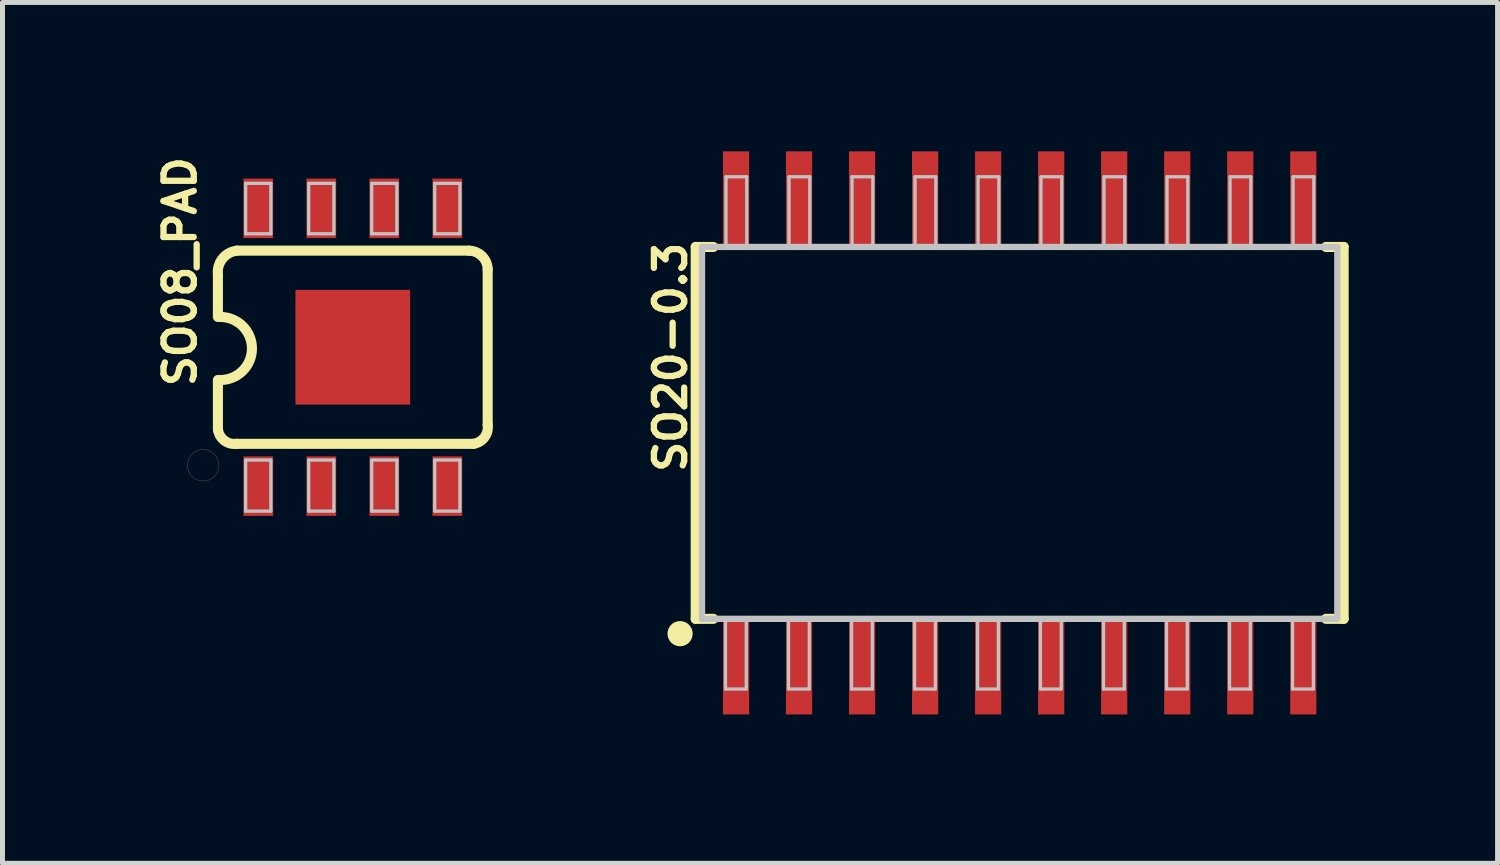
<source format=kicad_pcb>
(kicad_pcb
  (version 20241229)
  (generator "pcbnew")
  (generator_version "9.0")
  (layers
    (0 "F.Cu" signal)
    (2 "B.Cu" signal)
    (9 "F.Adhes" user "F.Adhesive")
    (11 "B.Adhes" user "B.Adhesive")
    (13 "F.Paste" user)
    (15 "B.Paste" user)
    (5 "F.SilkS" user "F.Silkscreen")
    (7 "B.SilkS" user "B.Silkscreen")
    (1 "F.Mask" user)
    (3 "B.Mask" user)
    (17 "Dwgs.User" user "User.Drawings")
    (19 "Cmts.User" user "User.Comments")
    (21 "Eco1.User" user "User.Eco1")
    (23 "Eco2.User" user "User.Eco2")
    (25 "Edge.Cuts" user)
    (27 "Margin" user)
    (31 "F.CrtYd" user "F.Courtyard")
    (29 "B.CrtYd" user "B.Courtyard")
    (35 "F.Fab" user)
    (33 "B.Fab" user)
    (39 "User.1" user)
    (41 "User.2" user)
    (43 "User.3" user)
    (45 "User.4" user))
  (footprint "SO20-0.3"
    (layer "F.Cu")
    (at 17.497 5.673)
    (property "Reference" "SO20-0.3" (at -7.036 -1.524 90) (layer "F.SilkS") (effects (font (size 0.61 0.61) (thickness 0.127))))
    (attr smd)
    (fp_line (start -6.528 -3.747) (end -6.528 3.747) (stroke (width 0.203) (type solid)) (layer "F.SilkS"))
    (fp_line (start -6.528 -3.747) (end -6.172 -3.747) (stroke (width 0.203) (type solid)) (layer "F.SilkS"))
    (fp_line (start -6.528 3.747) (end -6.172 3.747) (stroke (width 0.203) (type solid)) (layer "F.SilkS"))
    (fp_line (start 6.528 -3.747) (end 6.172 -3.747) (stroke (width 0.203) (type solid)) (layer "F.SilkS"))
    (fp_line (start 6.528 3.747) (end 6.172 3.747) (stroke (width 0.203) (type solid)) (layer "F.SilkS"))
    (fp_line (start 6.528 3.747) (end 6.528 -3.747) (stroke (width 0.203) (type solid)) (layer "F.SilkS"))
    (fp_circle (center -6.843 4.046) (end -6.843 3.792) (stroke (width 0) (type solid)) (fill yes) (layer "F.SilkS"))
    (fp_line (start -6.401 -3.747) (end -6.401 3.747) (stroke (width 0.127) (type solid)) (layer "Dwgs.User"))
    (fp_line (start -6.401 3.747) (end 6.401 3.747) (stroke (width 0.127) (type solid)) (layer "Dwgs.User"))
    (fp_line (start -5.928 3.747) (end -5.509 3.747) (stroke (width 0.066) (type solid)) (layer "Dwgs.User"))
    (fp_line (start -5.928 5.161) (end -5.928 3.747) (stroke (width 0.066) (type solid)) (layer "Dwgs.User"))
    (fp_line (start -5.928 5.161) (end -5.509 5.161) (stroke (width 0.066) (type solid)) (layer "Dwgs.User"))
    (fp_line (start -5.918 -5.161) (end -5.499 -5.161) (stroke (width 0.066) (type solid)) (layer "Dwgs.User"))
    (fp_line (start -5.918 -3.747) (end -5.918 -5.161) (stroke (width 0.066) (type solid)) (layer "Dwgs.User"))
    (fp_line (start -5.918 -3.747) (end -5.499 -3.747) (stroke (width 0.066) (type solid)) (layer "Dwgs.User"))
    (fp_line (start -5.509 5.161) (end -5.509 3.747) (stroke (width 0.066) (type solid)) (layer "Dwgs.User"))
    (fp_line (start -5.499 -3.747) (end -5.499 -5.161) (stroke (width 0.066) (type solid)) (layer "Dwgs.User"))
    (fp_line (start -4.658 3.747) (end -4.239 3.747) (stroke (width 0.066) (type solid)) (layer "Dwgs.User"))
    (fp_line (start -4.658 5.161) (end -4.658 3.747) (stroke (width 0.066) (type solid)) (layer "Dwgs.User"))
    (fp_line (start -4.658 5.161) (end -4.239 5.161) (stroke (width 0.066) (type solid)) (layer "Dwgs.User"))
    (fp_line (start -4.648 -5.161) (end -4.229 -5.161) (stroke (width 0.066) (type solid)) (layer "Dwgs.User"))
    (fp_line (start -4.648 -3.747) (end -4.648 -5.161) (stroke (width 0.066) (type solid)) (layer "Dwgs.User"))
    (fp_line (start -4.648 -3.747) (end -4.229 -3.747) (stroke (width 0.066) (type solid)) (layer "Dwgs.User"))
    (fp_line (start -4.239 5.161) (end -4.239 3.747) (stroke (width 0.066) (type solid)) (layer "Dwgs.User"))
    (fp_line (start -4.229 -3.747) (end -4.229 -5.161) (stroke (width 0.066) (type solid)) (layer "Dwgs.User"))
    (fp_line (start -3.388 3.747) (end -2.969 3.747) (stroke (width 0.066) (type solid)) (layer "Dwgs.User"))
    (fp_line (start -3.388 5.161) (end -3.388 3.747) (stroke (width 0.066) (type solid)) (layer "Dwgs.User"))
    (fp_line (start -3.388 5.161) (end -2.969 5.161) (stroke (width 0.066) (type solid)) (layer "Dwgs.User"))
    (fp_line (start -3.378 -5.161) (end -2.959 -5.161) (stroke (width 0.066) (type solid)) (layer "Dwgs.User"))
    (fp_line (start -3.378 -3.747) (end -3.378 -5.161) (stroke (width 0.066) (type solid)) (layer "Dwgs.User"))
    (fp_line (start -3.378 -3.747) (end -2.959 -3.747) (stroke (width 0.066) (type solid)) (layer "Dwgs.User"))
    (fp_line (start -2.969 5.161) (end -2.969 3.747) (stroke (width 0.066) (type solid)) (layer "Dwgs.User"))
    (fp_line (start -2.959 -3.747) (end -2.959 -5.161) (stroke (width 0.066) (type solid)) (layer "Dwgs.User"))
    (fp_line (start -2.118 3.747) (end -1.699 3.747) (stroke (width 0.066) (type solid)) (layer "Dwgs.User"))
    (fp_line (start -2.118 5.161) (end -2.118 3.747) (stroke (width 0.066) (type solid)) (layer "Dwgs.User"))
    (fp_line (start -2.118 5.161) (end -1.699 5.161) (stroke (width 0.066) (type solid)) (layer "Dwgs.User"))
    (fp_line (start -2.108 -5.161) (end -1.689 -5.161) (stroke (width 0.066) (type solid)) (layer "Dwgs.User"))
    (fp_line (start -2.108 -3.747) (end -2.108 -5.161) (stroke (width 0.066) (type solid)) (layer "Dwgs.User"))
    (fp_line (start -2.108 -3.747) (end -1.689 -3.747) (stroke (width 0.066) (type solid)) (layer "Dwgs.User"))
    (fp_line (start -1.699 5.161) (end -1.699 3.747) (stroke (width 0.066) (type solid)) (layer "Dwgs.User"))
    (fp_line (start -1.689 -3.747) (end -1.689 -5.161) (stroke (width 0.066) (type solid)) (layer "Dwgs.User"))
    (fp_line (start -0.848 3.747) (end -0.429 3.747) (stroke (width 0.066) (type solid)) (layer "Dwgs.User"))
    (fp_line (start -0.848 5.161) (end -0.848 3.747) (stroke (width 0.066) (type solid)) (layer "Dwgs.User"))
    (fp_line (start -0.848 5.161) (end -0.429 5.161) (stroke (width 0.066) (type solid)) (layer "Dwgs.User"))
    (fp_line (start -0.838 -5.161) (end -0.419 -5.161) (stroke (width 0.066) (type solid)) (layer "Dwgs.User"))
    (fp_line (start -0.838 -3.747) (end -0.838 -5.161) (stroke (width 0.066) (type solid)) (layer "Dwgs.User"))
    (fp_line (start -0.838 -3.747) (end -0.419 -3.747) (stroke (width 0.066) (type solid)) (layer "Dwgs.User"))
    (fp_line (start -0.429 5.161) (end -0.429 3.747) (stroke (width 0.066) (type solid)) (layer "Dwgs.User"))
    (fp_line (start -0.419 -3.747) (end -0.419 -5.161) (stroke (width 0.066) (type solid)) (layer "Dwgs.User"))
    (fp_line (start 0.419 3.747) (end 0.838 3.747) (stroke (width 0.066) (type solid)) (layer "Dwgs.User"))
    (fp_line (start 0.419 5.161) (end 0.419 3.747) (stroke (width 0.066) (type solid)) (layer "Dwgs.User"))
    (fp_line (start 0.419 5.161) (end 0.838 5.161) (stroke (width 0.066) (type solid)) (layer "Dwgs.User"))
    (fp_line (start 0.429 -5.161) (end 0.848 -5.161) (stroke (width 0.066) (type solid)) (layer "Dwgs.User"))
    (fp_line (start 0.429 -3.747) (end 0.429 -5.161) (stroke (width 0.066) (type solid)) (layer "Dwgs.User"))
    (fp_line (start 0.429 -3.747) (end 0.848 -3.747) (stroke (width 0.066) (type solid)) (layer "Dwgs.User"))
    (fp_line (start 0.838 5.161) (end 0.838 3.747) (stroke (width 0.066) (type solid)) (layer "Dwgs.User"))
    (fp_line (start 0.848 -3.747) (end 0.848 -5.161) (stroke (width 0.066) (type solid)) (layer "Dwgs.User"))
    (fp_line (start 1.689 3.747) (end 2.108 3.747) (stroke (width 0.066) (type solid)) (layer "Dwgs.User"))
    (fp_line (start 1.689 5.161) (end 1.689 3.747) (stroke (width 0.066) (type solid)) (layer "Dwgs.User"))
    (fp_line (start 1.689 5.161) (end 2.108 5.161) (stroke (width 0.066) (type solid)) (layer "Dwgs.User"))
    (fp_line (start 1.699 -5.161) (end 2.118 -5.161) (stroke (width 0.066) (type solid)) (layer "Dwgs.User"))
    (fp_line (start 1.699 -3.747) (end 1.699 -5.161) (stroke (width 0.066) (type solid)) (layer "Dwgs.User"))
    (fp_line (start 1.699 -3.747) (end 2.118 -3.747) (stroke (width 0.066) (type solid)) (layer "Dwgs.User"))
    (fp_line (start 2.108 5.161) (end 2.108 3.747) (stroke (width 0.066) (type solid)) (layer "Dwgs.User"))
    (fp_line (start 2.118 -3.747) (end 2.118 -5.161) (stroke (width 0.066) (type solid)) (layer "Dwgs.User"))
    (fp_line (start 2.959 3.747) (end 3.378 3.747) (stroke (width 0.066) (type solid)) (layer "Dwgs.User"))
    (fp_line (start 2.959 5.161) (end 2.959 3.747) (stroke (width 0.066) (type solid)) (layer "Dwgs.User"))
    (fp_line (start 2.959 5.161) (end 3.378 5.161) (stroke (width 0.066) (type solid)) (layer "Dwgs.User"))
    (fp_line (start 2.969 -5.161) (end 3.388 -5.161) (stroke (width 0.066) (type solid)) (layer "Dwgs.User"))
    (fp_line (start 2.969 -3.747) (end 2.969 -5.161) (stroke (width 0.066) (type solid)) (layer "Dwgs.User"))
    (fp_line (start 2.969 -3.747) (end 3.388 -3.747) (stroke (width 0.066) (type solid)) (layer "Dwgs.User"))
    (fp_line (start 3.378 5.161) (end 3.378 3.747) (stroke (width 0.066) (type solid)) (layer "Dwgs.User"))
    (fp_line (start 3.388 -3.747) (end 3.388 -5.161) (stroke (width 0.066) (type solid)) (layer "Dwgs.User"))
    (fp_line (start 4.229 3.747) (end 4.648 3.747) (stroke (width 0.066) (type solid)) (layer "Dwgs.User"))
    (fp_line (start 4.229 5.161) (end 4.229 3.747) (stroke (width 0.066) (type solid)) (layer "Dwgs.User"))
    (fp_line (start 4.229 5.161) (end 4.648 5.161) (stroke (width 0.066) (type solid)) (layer "Dwgs.User"))
    (fp_line (start 4.239 -5.161) (end 4.658 -5.161) (stroke (width 0.066) (type solid)) (layer "Dwgs.User"))
    (fp_line (start 4.239 -3.747) (end 4.239 -5.161) (stroke (width 0.066) (type solid)) (layer "Dwgs.User"))
    (fp_line (start 4.239 -3.747) (end 4.658 -3.747) (stroke (width 0.066) (type solid)) (layer "Dwgs.User"))
    (fp_line (start 4.648 5.161) (end 4.648 3.747) (stroke (width 0.066) (type solid)) (layer "Dwgs.User"))
    (fp_line (start 4.658 -3.747) (end 4.658 -5.161) (stroke (width 0.066) (type solid)) (layer "Dwgs.User"))
    (fp_line (start 5.499 3.747) (end 5.918 3.747) (stroke (width 0.066) (type solid)) (layer "Dwgs.User"))
    (fp_line (start 5.499 5.161) (end 5.499 3.747) (stroke (width 0.066) (type solid)) (layer "Dwgs.User"))
    (fp_line (start 5.499 5.161) (end 5.918 5.161) (stroke (width 0.066) (type solid)) (layer "Dwgs.User"))
    (fp_line (start 5.509 -5.161) (end 5.928 -5.161) (stroke (width 0.066) (type solid)) (layer "Dwgs.User"))
    (fp_line (start 5.509 -3.747) (end 5.509 -5.161) (stroke (width 0.066) (type solid)) (layer "Dwgs.User"))
    (fp_line (start 5.509 -3.747) (end 5.928 -3.747) (stroke (width 0.066) (type solid)) (layer "Dwgs.User"))
    (fp_line (start 5.918 5.161) (end 5.918 3.747) (stroke (width 0.066) (type solid)) (layer "Dwgs.User"))
    (fp_line (start 5.928 -3.747) (end 5.928 -5.161) (stroke (width 0.066) (type solid)) (layer "Dwgs.User"))
    (fp_line (start 6.401 -3.747) (end -6.401 -3.747) (stroke (width 0.127) (type solid)) (layer "Dwgs.User"))
    (fp_line (start 6.401 3.747) (end 6.401 -3.747) (stroke (width 0.127) (type solid)) (layer "Dwgs.User"))
    (pad "1" smd rect (at -5.715 4.684 180) (size 0.528 1.979) (layers "F.Cu" "F.Mask" "F.Paste"))
    (pad "2" smd rect (at -4.445 4.684 180) (size 0.528 1.979) (layers "F.Cu" "F.Mask" "F.Paste"))
    (pad "3" smd rect (at -3.175 4.684 180) (size 0.528 1.979) (layers "F.Cu" "F.Mask" "F.Paste"))
    (pad "4" smd rect (at -1.905 4.684 180) (size 0.528 1.979) (layers "F.Cu" "F.Mask" "F.Paste"))
    (pad "5" smd rect (at -0.635 4.684 180) (size 0.528 1.979) (layers "F.Cu" "F.Mask" "F.Paste"))
    (pad "6" smd rect (at 0.635 4.684 180) (size 0.528 1.979) (layers "F.Cu" "F.Mask" "F.Paste"))
    (pad "7" smd rect (at 1.905 4.684 180) (size 0.528 1.979) (layers "F.Cu" "F.Mask" "F.Paste"))
    (pad "8" smd rect (at 3.175 4.684 180) (size 0.528 1.979) (layers "F.Cu" "F.Mask" "F.Paste"))
    (pad "9" smd rect (at 4.445 4.684 180) (size 0.528 1.979) (layers "F.Cu" "F.Mask" "F.Paste"))
    (pad "10" smd rect (at 5.715 4.684 180) (size 0.528 1.979) (layers "F.Cu" "F.Mask" "F.Paste"))
    (pad "11" smd rect (at 5.715 -4.684 180) (size 0.528 1.979) (layers "F.Cu" "F.Mask" "F.Paste"))
    (pad "12" smd rect (at 4.445 -4.684 180) (size 0.528 1.979) (layers "F.Cu" "F.Mask" "F.Paste"))
    (pad "13" smd rect (at 3.175 -4.684 180) (size 0.528 1.979) (layers "F.Cu" "F.Mask" "F.Paste"))
    (pad "14" smd rect (at 1.905 -4.684 180) (size 0.528 1.979) (layers "F.Cu" "F.Mask" "F.Paste"))
    (pad "15" smd rect (at 0.635 -4.684 180) (size 0.528 1.979) (layers "F.Cu" "F.Mask" "F.Paste"))
    (pad "16" smd rect (at -0.635 -4.684 180) (size 0.528 1.979) (layers "F.Cu" "F.Mask" "F.Paste"))
    (pad "17" smd rect (at -1.905 -4.684 180) (size 0.528 1.979) (layers "F.Cu" "F.Mask" "F.Paste"))
    (pad "18" smd rect (at -3.175 -4.684 180) (size 0.528 1.979) (layers "F.Cu" "F.Mask" "F.Paste"))
    (pad "19" smd rect (at -4.445 -4.684 180) (size 0.528 1.979) (layers "F.Cu" "F.Mask" "F.Paste"))
    (pad "20" smd rect (at -5.715 -4.684 180) (size 0.528 1.979) (layers "F.Cu" "F.Mask" "F.Paste")))
  (footprint "SO08_PAD"
    (layer "F.Cu")
    (at 4.059 3.947)
    (property "Reference" "SO08_PAD" (at -3.48 -1.524 90) (layer "F.SilkS") (effects (font (size 0.61 0.61) (thickness 0.127))))
    (attr smd)
    (fp_line (start -3.332 2.38) (end -3.325 2.451) (stroke (width 0.003) (type solid)) (layer "F.SilkS"))
    (fp_line (start -3.325 2.309) (end -3.332 2.38) (stroke (width 0.003) (type solid)) (layer "F.SilkS"))
    (fp_line (start -3.325 2.451) (end -3.302 2.517) (stroke (width 0.003) (type solid)) (layer "F.SilkS"))
    (fp_line (start -3.302 2.243) (end -3.325 2.309) (stroke (width 0.003) (type solid)) (layer "F.SilkS"))
    (fp_line (start -3.302 2.517) (end -3.264 2.578) (stroke (width 0.003) (type solid)) (layer "F.SilkS"))
    (fp_line (start -3.264 2.182) (end -3.302 2.243) (stroke (width 0.003) (type solid)) (layer "F.SilkS"))
    (fp_line (start -3.264 2.578) (end -3.213 2.629) (stroke (width 0.003) (type solid)) (layer "F.SilkS"))
    (fp_line (start -3.213 2.131) (end -3.264 2.182) (stroke (width 0.003) (type solid)) (layer "F.SilkS"))
    (fp_line (start -3.213 2.629) (end -3.152 2.667) (stroke (width 0.003) (type solid)) (layer "F.SilkS"))
    (fp_line (start -3.152 2.093) (end -3.213 2.131) (stroke (width 0.003) (type solid)) (layer "F.SilkS"))
    (fp_line (start -3.152 2.667) (end -3.086 2.69) (stroke (width 0.003) (type solid)) (layer "F.SilkS"))
    (fp_line (start -3.086 2.07) (end -3.152 2.093) (stroke (width 0.003) (type solid)) (layer "F.SilkS"))
    (fp_line (start -3.086 2.69) (end -3.015 2.697) (stroke (width 0.003) (type solid)) (layer "F.SilkS"))
    (fp_line (start -3.015 2.062) (end -3.086 2.07) (stroke (width 0.003) (type solid)) (layer "F.SilkS"))
    (fp_line (start -3.015 2.697) (end -2.944 2.69) (stroke (width 0.003) (type solid)) (layer "F.SilkS"))
    (fp_line (start -2.944 2.07) (end -3.015 2.062) (stroke (width 0.003) (type solid)) (layer "F.SilkS"))
    (fp_line (start -2.944 2.69) (end -2.878 2.667) (stroke (width 0.003) (type solid)) (layer "F.SilkS"))
    (fp_line (start -2.878 2.093) (end -2.944 2.07) (stroke (width 0.003) (type solid)) (layer "F.SilkS"))
    (fp_line (start -2.878 2.667) (end -2.817 2.629) (stroke (width 0.003) (type solid)) (layer "F.SilkS"))
    (fp_line (start -2.817 2.131) (end -2.878 2.093) (stroke (width 0.003) (type solid)) (layer "F.SilkS"))
    (fp_line (start -2.817 2.629) (end -2.766 2.578) (stroke (width 0.003) (type solid)) (layer "F.SilkS"))
    (fp_line (start -2.766 2.182) (end -2.817 2.131) (stroke (width 0.003) (type solid)) (layer "F.SilkS"))
    (fp_line (start -2.766 2.578) (end -2.728 2.517) (stroke (width 0.003) (type solid)) (layer "F.SilkS"))
    (fp_line (start -2.728 2.243) (end -2.766 2.182) (stroke (width 0.003) (type solid)) (layer "F.SilkS"))
    (fp_line (start -2.728 2.517) (end -2.705 2.451) (stroke (width 0.003) (type solid)) (layer "F.SilkS"))
    (fp_line (start -2.718 -1.45) (end -2.718 -0.61) (stroke (width 0.203) (type solid)) (layer "F.SilkS"))
    (fp_line (start -2.718 1.664) (end -2.718 0.66) (stroke (width 0.203) (type solid)) (layer "F.SilkS"))
    (fp_line (start -2.705 2.309) (end -2.728 2.243) (stroke (width 0.003) (type solid)) (layer "F.SilkS"))
    (fp_line (start -2.705 2.451) (end -2.697 2.38) (stroke (width 0.003) (type solid)) (layer "F.SilkS"))
    (fp_line (start -2.697 2.38) (end -2.705 2.309) (stroke (width 0.003) (type solid)) (layer "F.SilkS"))
    (fp_line (start -2.337 1.946) (end 2.436 1.946) (stroke (width 0.203) (type solid)) (layer "F.SilkS"))
    (fp_line (start 2.337 -1.946) (end -2.337 -1.946) (stroke (width 0.203) (type solid)) (layer "F.SilkS"))
    (fp_line (start 2.718 1.565) (end 2.718 -1.565) (stroke (width 0.203) (type solid)) (layer "F.SilkS"))
    (fp_arc (start -2.7178 -1.46304) (mid -2.62725 -1.783248) (end -2.3368 -1.94564) (stroke (width 0.2032) (type solid)) (layer "F.SilkS"))
    (fp_arc (start -2.667 -0.6096) (mid -2.032 0.0254) (end -2.667 0.6604) (stroke (width 0.2032) (type solid)) (layer "F.SilkS"))
    (fp_arc (start -2.3368 1.94564) (mid -2.584422 1.883052) (end -2.71526 1.6637) (stroke (width 0.2032) (type solid)) (layer "F.SilkS"))
    (fp_arc (start 2.3368 -1.94564) (mid 2.606208 -1.834048) (end 2.7178 -1.56464) (stroke (width 0.2032) (type solid)) (layer "F.SilkS"))
    (fp_arc (start 2.7178 1.56464) (mid 2.654468 1.814058) (end 2.43332 1.94564) (stroke (width 0.2032) (type solid)) (layer "F.SilkS"))
    (fp_line (start -2.159 -3.302) (end -1.651 -3.302) (stroke (width 0.066) (type solid)) (layer "Dwgs.User"))
    (fp_line (start -2.159 -2.286) (end -2.159 -3.302) (stroke (width 0.066) (type solid)) (layer "Dwgs.User"))
    (fp_line (start -2.159 -2.286) (end -1.651 -2.286) (stroke (width 0.066) (type solid)) (layer "Dwgs.User"))
    (fp_line (start -2.159 2.273) (end -1.651 2.273) (stroke (width 0.066) (type solid)) (layer "Dwgs.User"))
    (fp_line (start -2.159 3.302) (end -2.159 2.273) (stroke (width 0.066) (type solid)) (layer "Dwgs.User"))
    (fp_line (start -2.159 3.302) (end -1.651 3.302) (stroke (width 0.066) (type solid)) (layer "Dwgs.User"))
    (fp_line (start -1.651 -2.286) (end -1.651 -3.302) (stroke (width 0.066) (type solid)) (layer "Dwgs.User"))
    (fp_line (start -1.651 3.302) (end -1.651 2.273) (stroke (width 0.066) (type solid)) (layer "Dwgs.User"))
    (fp_line (start -0.889 -3.302) (end -0.381 -3.302) (stroke (width 0.066) (type solid)) (layer "Dwgs.User"))
    (fp_line (start -0.889 -2.286) (end -0.889 -3.302) (stroke (width 0.066) (type solid)) (layer "Dwgs.User"))
    (fp_line (start -0.889 -2.286) (end -0.381 -2.286) (stroke (width 0.066) (type solid)) (layer "Dwgs.User"))
    (fp_line (start -0.889 2.273) (end -0.381 2.273) (stroke (width 0.066) (type solid)) (layer "Dwgs.User"))
    (fp_line (start -0.889 3.302) (end -0.889 2.273) (stroke (width 0.066) (type solid)) (layer "Dwgs.User"))
    (fp_line (start -0.889 3.302) (end -0.381 3.302) (stroke (width 0.066) (type solid)) (layer "Dwgs.User"))
    (fp_line (start -0.381 -2.286) (end -0.381 -3.302) (stroke (width 0.066) (type solid)) (layer "Dwgs.User"))
    (fp_line (start -0.381 3.302) (end -0.381 2.273) (stroke (width 0.066) (type solid)) (layer "Dwgs.User"))
    (fp_line (start 0.381 -3.302) (end 0.889 -3.302) (stroke (width 0.066) (type solid)) (layer "Dwgs.User"))
    (fp_line (start 0.381 -2.286) (end 0.381 -3.302) (stroke (width 0.066) (type solid)) (layer "Dwgs.User"))
    (fp_line (start 0.381 -2.286) (end 0.889 -2.286) (stroke (width 0.066) (type solid)) (layer "Dwgs.User"))
    (fp_line (start 0.381 2.273) (end 0.889 2.273) (stroke (width 0.066) (type solid)) (layer "Dwgs.User"))
    (fp_line (start 0.381 3.302) (end 0.381 2.273) (stroke (width 0.066) (type solid)) (layer "Dwgs.User"))
    (fp_line (start 0.381 3.302) (end 0.889 3.302) (stroke (width 0.066) (type solid)) (layer "Dwgs.User"))
    (fp_line (start 0.889 -2.286) (end 0.889 -3.302) (stroke (width 0.066) (type solid)) (layer "Dwgs.User"))
    (fp_line (start 0.889 3.302) (end 0.889 2.273) (stroke (width 0.066) (type solid)) (layer "Dwgs.User"))
    (fp_line (start 1.651 -3.302) (end 2.159 -3.302) (stroke (width 0.066) (type solid)) (layer "Dwgs.User"))
    (fp_line (start 1.651 -2.286) (end 1.651 -3.302) (stroke (width 0.066) (type solid)) (layer "Dwgs.User"))
    (fp_line (start 1.651 -2.286) (end 2.159 -2.286) (stroke (width 0.066) (type solid)) (layer "Dwgs.User"))
    (fp_line (start 1.651 2.273) (end 2.159 2.273) (stroke (width 0.066) (type solid)) (layer "Dwgs.User"))
    (fp_line (start 1.651 3.302) (end 1.651 2.273) (stroke (width 0.066) (type solid)) (layer "Dwgs.User"))
    (fp_line (start 1.651 3.302) (end 2.159 3.302) (stroke (width 0.066) (type solid)) (layer "Dwgs.User"))
    (fp_line (start 2.159 -2.286) (end 2.159 -3.302) (stroke (width 0.066) (type solid)) (layer "Dwgs.User"))
    (fp_line (start 2.159 3.302) (end 2.159 2.273) (stroke (width 0.066) (type solid)) (layer "Dwgs.User"))
    (pad "1" smd rect (at -1.905 2.799) (size 0.599 1.199) (layers "F.Cu" "F.Mask" "F.Paste"))
    (pad "2" smd rect (at -0.635 2.799) (size 0.599 1.199) (layers "F.Cu" "F.Mask" "F.Paste"))
    (pad "3" smd rect (at 0.635 2.799) (size 0.599 1.199) (layers "F.Cu" "F.Mask" "F.Paste"))
    (pad "4" smd rect (at 1.905 2.799) (size 0.599 1.199) (layers "F.Cu" "F.Mask" "F.Paste"))
    (pad "5" smd rect (at 1.905 -2.799) (size 0.599 1.199) (layers "F.Cu" "F.Mask" "F.Paste"))
    (pad "6" smd rect (at 0.635 -2.799) (size 0.599 1.199) (layers "F.Cu" "F.Mask" "F.Paste"))
    (pad "7" smd rect (at -0.635 -2.799) (size 0.599 1.199) (layers "F.Cu" "F.Mask" "F.Paste"))
    (pad "8" smd rect (at -1.905 -2.799) (size 0.599 1.199) (layers "F.Cu" "F.Mask" "F.Paste"))
    (pad "PAD" smd rect (at 0 0) (size 2.311 2.311) (layers "F.Cu" "F.Mask" "F.Paste")))
  (gr_rect
    (start -3 -3)
    (end 27.127 14.346)
    (stroke (width 0.1) (type default))
    (fill no)
    (layer "Edge.Cuts")))
</source>
